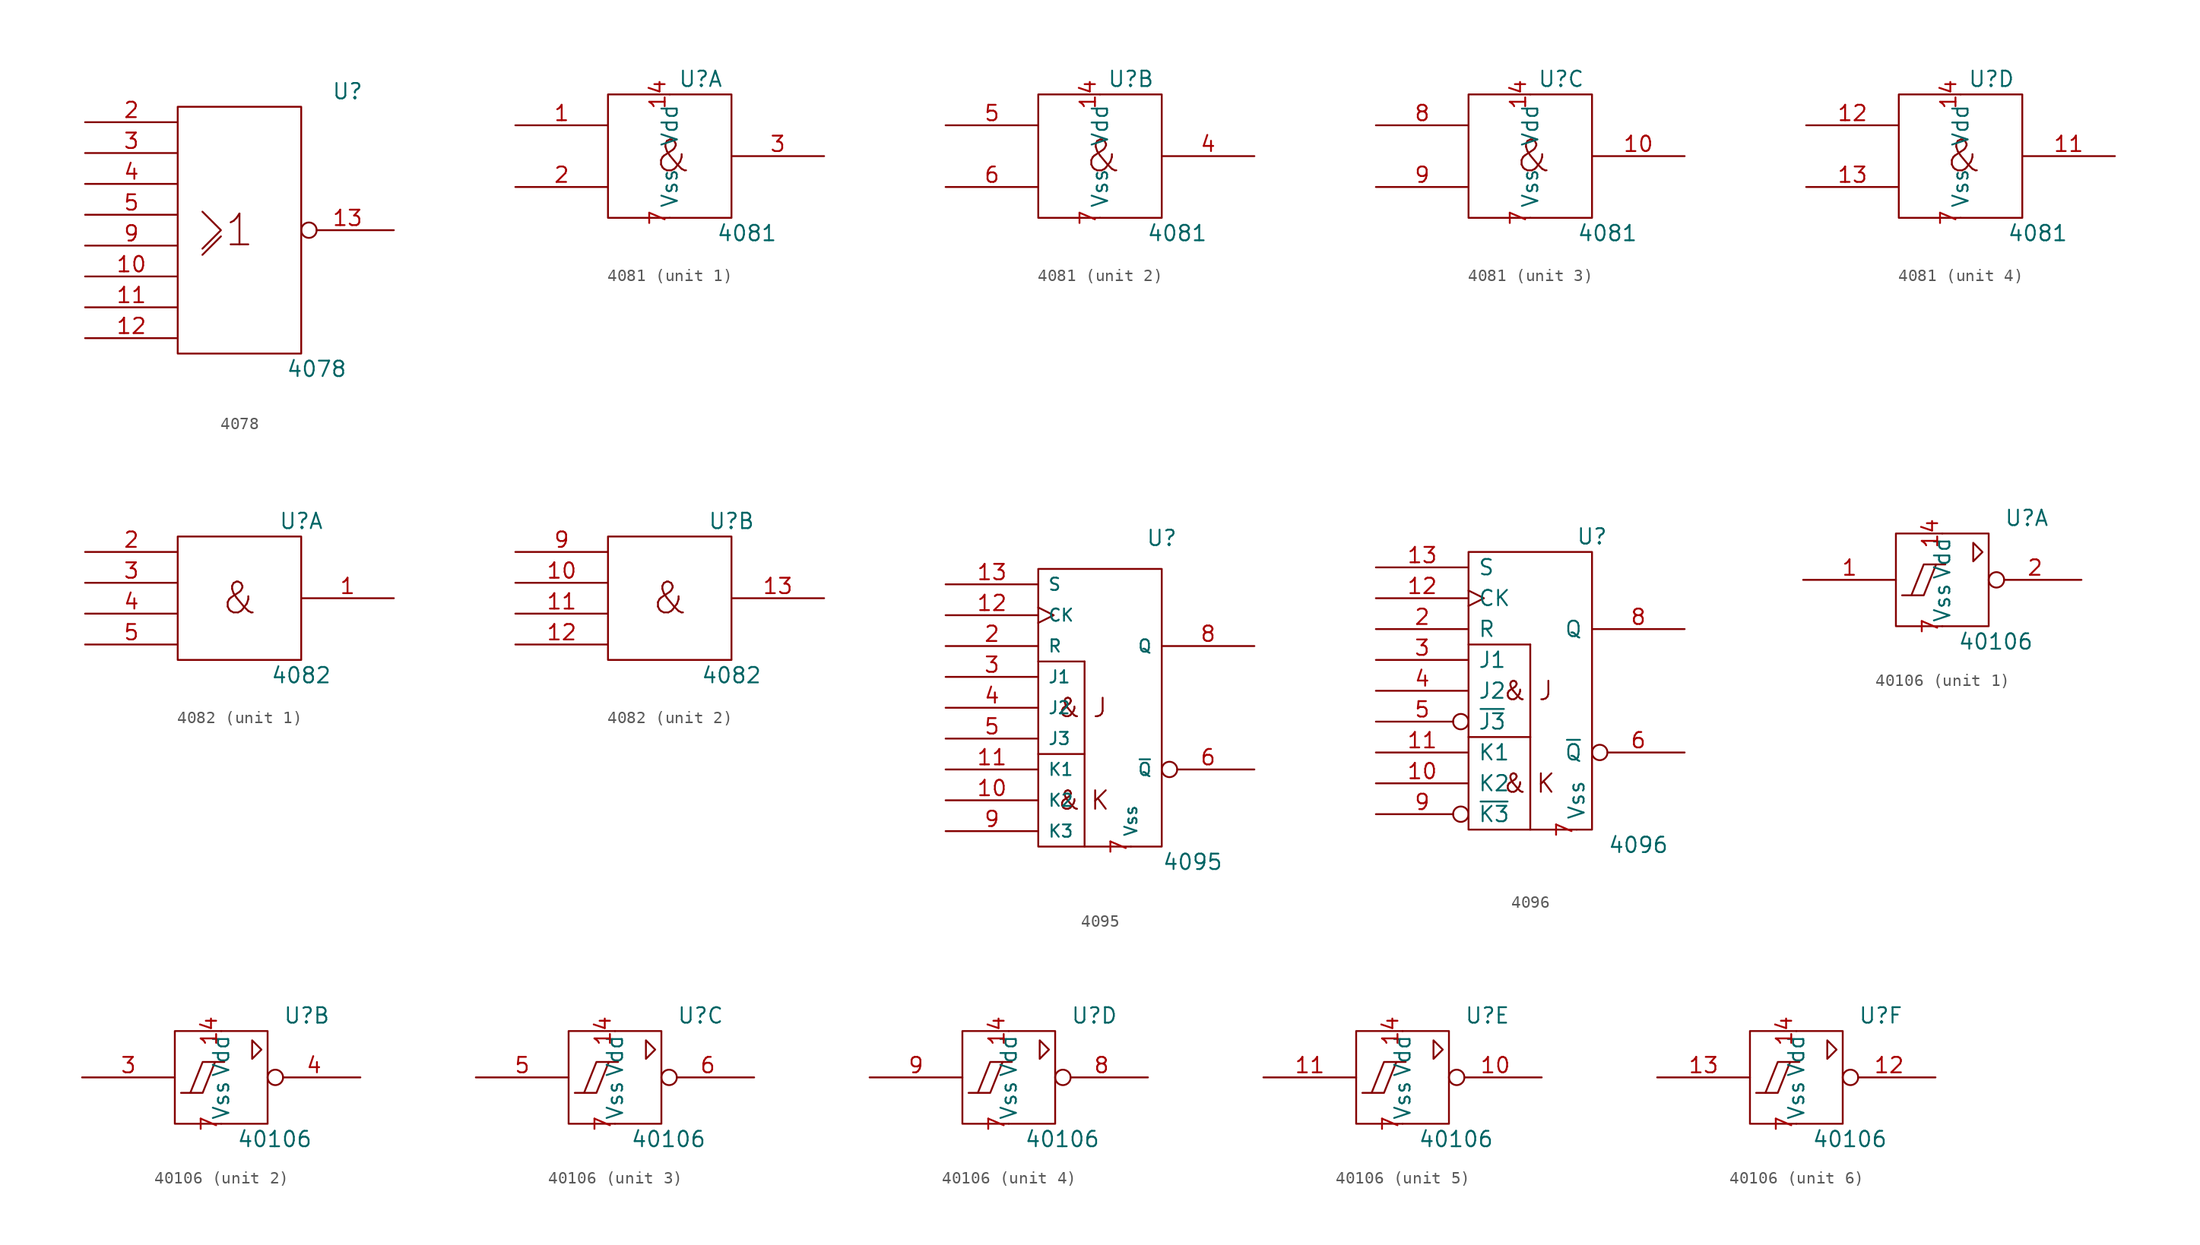
<source format=kicad_sym>
(kicad_symbol_lib
  (version 20201005)
  (generator kicad_symbol_editor)
  (symbol "4078"
    (pin_names
      (offset 0.762))
    (property "Reference" "U"
      (at 8.89 11.43 0)
      (effects (font (size 1.27 1.27))))
    (property "Value" "4078"
      (at 6.35 -11.43 0)
      (effects (font (size 1.27 1.27))))
    (symbol "4078_0_0"
      (text "1" (at 0 0 0) (effects (font (size 2.54 2.54))))
      (rectangle (start -5.08 10.16) (end 5.08 -10.16) (stroke (width 0)) (fill (type none)))
      (polyline (pts (xy -3.048 -2.032) (xy -1.524 -0.508) (xy -1.524 -0.508)) (stroke (width 0)) (fill (type none)))
      (polyline (pts (xy -3.048 1.524) (xy -1.524 0) (xy -3.048 -1.524) (xy -3.048 -1.524)) (stroke (width 0)) (fill (type none)))
      (pin power_in line (at 0 10.16 270) (length 0) hide (name "Vdd" (effects (font (size 1.016 1.016)))) (number "14" (effects (font (size 1.27 1.27)))))
      (pin power_in line (at 0 -10.16 90) (length 0) hide (name "Vss" (effects (font (size 1.016 1.016)))) (number "7" (effects (font (size 1.27 1.27))))))
    (symbol "4078_1_1"
      (pin output line (at -12.7 -3.81 0) (length 7.62) (name "~" (effects (font (size 1.27 1.27)))) (number "10" (effects (font (size 1.27 1.27)))))
      (pin output line (at -12.7 -6.35 0) (length 7.62) (name "~" (effects (font (size 1.27 1.27)))) (number "11" (effects (font (size 1.27 1.27)))))
      (pin power_in line (at -12.7 -8.89 0) (length 7.62) (name "~" (effects (font (size 1.016 1.016)))) (number "12" (effects (font (size 1.27 1.27)))))
      (pin output inverted (at 12.7 0 180) (length 7.62) (name "~" (effects (font (size 1.27 1.27)))) (number "13" (effects (font (size 1.27 1.27)))))
      (pin input line (at -12.7 8.89 0) (length 7.62) (name "~" (effects (font (size 1.27 1.27)))) (number "2" (effects (font (size 1.27 1.27)))))
      (pin input line (at -12.7 6.35 0) (length 7.62) (name "~" (effects (font (size 1.27 1.27)))) (number "3" (effects (font (size 1.27 1.27)))))
      (pin input line (at -12.7 3.81 0) (length 7.62) (name "~" (effects (font (size 1.27 1.27)))) (number "4" (effects (font (size 1.27 1.27)))))
      (pin output line (at -12.7 1.27 0) (length 7.62) (name "~" (effects (font (size 1.27 1.27)))) (number "5" (effects (font (size 1.27 1.27)))))
      (pin output line (at -12.7 -1.27 0) (length 7.62) (name "~" (effects (font (size 1.27 1.27)))) (number "9" (effects (font (size 1.27 1.27)))))))
  (symbol "4081"
    (pin_names
      (offset 0.762))
    (property "Reference" "U"
      (at 2.54 6.35 0)
      (effects (font (size 1.27 1.27))))
    (property "Value" "4081"
      (at 6.35 -6.35 0)
      (effects (font (size 1.27 1.27))))
    (symbol "4081_0_0"
      (text "&" (at 0.254 0 0) (effects (font (size 2.54 2.54))))
      (rectangle (start -5.08 5.08) (end 5.08 -5.08) (stroke (width 0)) (fill (type none)))
      (pin power_in line (at 0 5.08 270) (length 0) (name "Vdd" (effects (font (size 1.27 1.27)))) (number "14" (effects (font (size 1.27 1.27)))))
      (pin power_in line (at 0 -5.08 90) (length 0) (name "Vss" (effects (font (size 1.27 1.27)))) (number "7" (effects (font (size 1.27 1.27))))))
    (symbol "4081_1_1"
      (pin input line (at -12.7 2.54 0) (length 7.62) (name "~" (effects (font (size 1.27 1.27)))) (number "1" (effects (font (size 1.27 1.27)))))
      (pin input line (at -12.7 -2.54 0) (length 7.62) (name "~" (effects (font (size 1.27 1.27)))) (number "2" (effects (font (size 1.27 1.27)))))
      (pin output line (at 12.7 0 180) (length 7.62) (name "~" (effects (font (size 1.27 1.27)))) (number "3" (effects (font (size 1.27 1.27))))))
    (symbol "4081_2_1"
      (pin output line (at 12.7 0 180) (length 7.62) (name "~" (effects (font (size 1.27 1.27)))) (number "4" (effects (font (size 1.27 1.27)))))
      (pin input line (at -12.7 2.54 0) (length 7.62) (name "~" (effects (font (size 1.27 1.27)))) (number "5" (effects (font (size 1.27 1.27)))))
      (pin input line (at -12.7 -2.54 0) (length 7.62) (name "~" (effects (font (size 1.27 1.27)))) (number "6" (effects (font (size 1.27 1.27))))))
    (symbol "4081_3_1"
      (pin output line (at 12.7 0 180) (length 7.62) (name "~" (effects (font (size 1.27 1.27)))) (number "10" (effects (font (size 1.27 1.27)))))
      (pin input line (at -12.7 2.54 0) (length 7.62) (name "~" (effects (font (size 1.27 1.27)))) (number "8" (effects (font (size 1.27 1.27)))))
      (pin input line (at -12.7 -2.54 0) (length 7.62) (name "~" (effects (font (size 1.27 1.27)))) (number "9" (effects (font (size 1.27 1.27))))))
    (symbol "4081_4_1"
      (pin output line (at 12.7 0 180) (length 7.62) (name "~" (effects (font (size 1.27 1.27)))) (number "11" (effects (font (size 1.27 1.27)))))
      (pin input line (at -12.7 2.54 0) (length 7.62) (name "~" (effects (font (size 1.27 1.27)))) (number "12" (effects (font (size 1.27 1.27)))))
      (pin input line (at -12.7 -2.54 0) (length 7.62) (name "~" (effects (font (size 1.27 1.27)))) (number "13" (effects (font (size 1.27 1.27)))))))
  (symbol "4082"
    (pin_names
      (offset 1.016))
    (property "Reference" "U"
      (at 5.08 6.35 0)
      (effects (font (size 1.27 1.27))))
    (property "Value" "4082"
      (at 5.08 -6.35 0)
      (effects (font (size 1.27 1.27))))
    (symbol "4082_0_0"
      (text "&" (at 0 0 0) (effects (font (size 2.54 2.54))))
      (pin power_in line (at 0 5.08 270) (length 0) hide (name "Vdd" (effects (font (size 1.016 1.016)))) (number "14" (effects (font (size 1.27 1.27)))))
      (pin power_in line (at 0 -5.08 90) (length 0) hide (name "Vss" (effects (font (size 1.016 1.016)))) (number "7" (effects (font (size 1.27 1.27))))))
    (symbol "4082_0_1"
      (rectangle (start -5.08 5.08) (end 5.08 -5.08) (stroke (width 0)) (fill (type none))))
    (symbol "4082_1_1"
      (pin output line (at 12.7 0 180) (length 7.62) (name "~" (effects (font (size 1.27 1.27)))) (number "1" (effects (font (size 1.27 1.27)))))
      (pin input line (at -12.7 3.81 0) (length 7.62) (name "~" (effects (font (size 1.27 1.27)))) (number "2" (effects (font (size 1.27 1.27)))))
      (pin input line (at -12.7 1.27 0) (length 7.62) (name "~" (effects (font (size 1.27 1.27)))) (number "3" (effects (font (size 1.27 1.27)))))
      (pin input line (at -12.7 -1.27 0) (length 7.62) (name "~" (effects (font (size 1.27 1.27)))) (number "4" (effects (font (size 1.27 1.27)))))
      (pin input line (at -12.7 -3.81 0) (length 7.62) (name "~" (effects (font (size 1.016 1.016)))) (number "5" (effects (font (size 1.27 1.27))))))
    (symbol "4082_2_1"
      (pin input line (at -12.7 1.27 0) (length 7.62) (name "~" (effects (font (size 1.27 1.27)))) (number "10" (effects (font (size 1.27 1.27)))))
      (pin input line (at -12.7 -1.27 0) (length 7.62) (name "~" (effects (font (size 1.27 1.27)))) (number "11" (effects (font (size 1.27 1.27)))))
      (pin input line (at -12.7 -3.81 0) (length 7.62) (name "~" (effects (font (size 1.016 1.016)))) (number "12" (effects (font (size 1.27 1.27)))))
      (pin output line (at 12.7 0 180) (length 7.62) (name "~" (effects (font (size 1.27 1.27)))) (number "13" (effects (font (size 1.27 1.27)))))
      (pin input line (at -12.7 3.81 0) (length 7.62) (name "~" (effects (font (size 1.27 1.27)))) (number "9" (effects (font (size 1.27 1.27)))))))
  (symbol "4095"
    (pin_names
      (offset 0.762))
    (property "Reference" "U"
      (at 5.08 13.97 0)
      (effects (font (size 1.27 1.27))))
    (property "Value" "4095"
      (at 7.62 -12.7 0)
      (effects (font (size 1.27 1.27))))
    (symbol "4095_0_0"
      (text "&" (at -2.54 -7.62 0) (effects (font (size 1.524 1.524))))
      (text "&" (at -2.54 0 0) (effects (font (size 1.524 1.524))))
      (text "J" (at 0 0 0) (effects (font (size 1.524 1.524))))
      (text "K" (at 0 -7.62 0) (effects (font (size 1.524 1.524)))))
    (symbol "4095_0_1"
      (rectangle (start -5.08 -3.81) (end -1.27 -3.81) (stroke (width 0)) (fill (type none)))
      (rectangle (start -5.08 3.81) (end -1.27 3.81) (stroke (width 0)) (fill (type none)))
      (rectangle (start -5.08 11.43) (end 5.08 -11.43) (stroke (width 0)) (fill (type none)))
      (rectangle (start -1.27 -3.81) (end -1.27 -11.43) (stroke (width 0)) (fill (type none)))
      (rectangle (start -1.27 -3.81) (end -1.27 3.81) (stroke (width 0)) (fill (type none))))
    (symbol "4095_1_1"
      (pin input line (at -12.7 -7.62 0) (length 7.62) (name "K2" (effects (font (size 1.016 1.016)))) (number "10" (effects (font (size 1.27 1.27)))))
      (pin input line (at -12.7 -5.08 0) (length 7.62) (name "K1" (effects (font (size 1.016 1.016)))) (number "11" (effects (font (size 1.27 1.27)))))
      (pin input clock (at -12.7 7.62 0) (length 7.62) (name "CK" (effects (font (size 1.016 1.016)))) (number "12" (effects (font (size 1.27 1.27)))))
      (pin input line (at -12.7 10.16 0) (length 7.62) (name "S" (effects (font (size 1.016 1.016)))) (number "13" (effects (font (size 1.27 1.27)))))
      (pin power_in line (at 2.54 11.43 270) (length 0) hide (name "Vdd" (effects (font (size 1.016 1.016)))) (number "14" (effects (font (size 1.27 1.27)))))
      (pin input line (at -12.7 5.08 0) (length 7.62) (name "R" (effects (font (size 1.016 1.016)))) (number "2" (effects (font (size 1.27 1.27)))))
      (pin input line (at -12.7 2.54 0) (length 7.62) (name "J1" (effects (font (size 1.016 1.016)))) (number "3" (effects (font (size 1.27 1.27)))))
      (pin input line (at -12.7 0 0) (length 7.62) (name "J2" (effects (font (size 1.016 1.016)))) (number "4" (effects (font (size 1.27 1.27)))))
      (pin input line (at -12.7 -2.54 0) (length 7.62) (name "J3" (effects (font (size 1.016 1.016)))) (number "5" (effects (font (size 1.27 1.27)))))
      (pin output inverted (at 12.7 -5.08 180) (length 7.62) (name "~Q" (effects (font (size 1.016 1.016)))) (number "6" (effects (font (size 1.27 1.27)))))
      (pin power_in line (at 2.54 -11.43 90) (length 0) (name "Vss" (effects (font (size 1.016 1.016)))) (number "7" (effects (font (size 1.27 1.27)))))
      (pin output line (at 12.7 5.08 180) (length 7.62) (name "Q" (effects (font (size 1.016 1.016)))) (number "8" (effects (font (size 1.27 1.27)))))
      (pin input line (at -12.7 -10.16 0) (length 7.62) (name "K3" (effects (font (size 1.016 1.016)))) (number "9" (effects (font (size 1.27 1.27)))))))
  (symbol "4096"
    (pin_names
      (offset 0.762))
    (property "Reference" "U"
      (at 5.08 12.7 0)
      (effects (font (size 1.27 1.27))))
    (property "Value" "4096"
      (at 8.89 -12.7 0)
      (effects (font (size 1.27 1.27))))
    (symbol "4096_0_0"
      (text "&" (at -1.27 -7.62 0) (effects (font (size 1.524 1.524))))
      (text "&" (at -1.27 0 0) (effects (font (size 1.524 1.524))))
      (text "J" (at 1.27 0 0) (effects (font (size 1.524 1.524))))
      (text "K" (at 1.27 -7.62 0) (effects (font (size 1.524 1.524)))))
    (symbol "4096_0_1"
      (rectangle (start -5.08 3.81) (end 0 3.81) (stroke (width 0)) (fill (type none)))
      (rectangle (start -5.08 11.43) (end 5.08 -11.43) (stroke (width 0)) (fill (type none)))
      (rectangle (start 0 -3.81) (end -5.08 -3.81) (stroke (width 0)) (fill (type none)))
      (rectangle (start 0 -3.81) (end 0 -11.43) (stroke (width 0)) (fill (type none)))
      (rectangle (start 0 3.81) (end 0 -3.81) (stroke (width 0)) (fill (type none))))
    (symbol "4096_1_1"
      (pin input line (at -12.7 -7.62 0) (length 7.62) (name "K2" (effects (font (size 1.27 1.27)))) (number "10" (effects (font (size 1.27 1.27)))))
      (pin input line (at -12.7 -5.08 0) (length 7.62) (name "K1" (effects (font (size 1.27 1.27)))) (number "11" (effects (font (size 1.27 1.27)))))
      (pin input clock (at -12.7 7.62 0) (length 7.62) (name "CK" (effects (font (size 1.27 1.27)))) (number "12" (effects (font (size 1.27 1.27)))))
      (pin input line (at -12.7 10.16 0) (length 7.62) (name "S" (effects (font (size 1.27 1.27)))) (number "13" (effects (font (size 1.27 1.27)))))
      (pin power_in line (at 1.27 11.43 270) (length 0) hide (name "Vdd" (effects (font (size 1.27 1.27)))) (number "14" (effects (font (size 1.27 1.27)))))
      (pin input line (at -12.7 5.08 0) (length 7.62) (name "R" (effects (font (size 1.27 1.27)))) (number "2" (effects (font (size 1.27 1.27)))))
      (pin input line (at -12.7 2.54 0) (length 7.62) (name "J1" (effects (font (size 1.27 1.27)))) (number "3" (effects (font (size 1.27 1.27)))))
      (pin input line (at -12.7 0 0) (length 7.62) (name "J2" (effects (font (size 1.27 1.27)))) (number "4" (effects (font (size 1.27 1.27)))))
      (pin input inverted (at -12.7 -2.54 0) (length 7.62) (name "~J3" (effects (font (size 1.27 1.27)))) (number "5" (effects (font (size 1.27 1.27)))))
      (pin output inverted (at 12.7 -5.08 180) (length 7.62) (name "~Q" (effects (font (size 1.27 1.27)))) (number "6" (effects (font (size 1.27 1.27)))))
      (pin power_in line (at 3.81 -11.43 90) (length 0) (name "Vss" (effects (font (size 1.27 1.27)))) (number "7" (effects (font (size 1.27 1.27)))))
      (pin output line (at 12.7 5.08 180) (length 7.62) (name "Q" (effects (font (size 1.27 1.27)))) (number "8" (effects (font (size 1.27 1.27)))))
      (pin input inverted (at -12.7 -10.16 0) (length 7.62) (name "~K3" (effects (font (size 1.27 1.27)))) (number "9" (effects (font (size 1.27 1.27)))))))
  (symbol "40106"
    (pin_names
      (offset 0.254))
    (property "Reference" "U"
      (at 5.08 5.08 0)
      (effects (font (size 1.27 1.27)) (justify left)))
    (property "Value" "40106"
      (at 1.27 -5.08 0)
      (effects (font (size 1.27 1.27)) (justify left)))
    (symbol "40106_0_0"
      (rectangle (start -3.81 3.81) (end 3.81 -3.81) (stroke (width 0)) (fill (type none)))
      (polyline (pts (xy -0.508 1.27) (xy -1.524 -1.27) (xy -2.54 -1.27) (xy -2.54 -1.27)) (stroke (width 0)) (fill (type none)))
      (polyline (pts (xy 0.254 1.27) (xy -1.524 1.27) (xy -2.54 -1.27) (xy -3.302 -1.27) (xy -3.302 -1.27)) (stroke (width 0)) (fill (type none)))
      (polyline (pts (xy 2.54 3.048) (xy 2.54 1.524) (xy 3.302 2.286) (xy 2.54 3.048) (xy 2.54 3.048)) (stroke (width 0)) (fill (type none))))
    (symbol "40106_0_1"
      (pin power_in line (at 0 3.81 270) (length 0) (name "Vdd" (effects (font (size 1.27 1.27)))) (number "14" (effects (font (size 1.27 1.27)))))
      (pin power_in line (at 0 -3.81 90) (length 0) (name "Vss" (effects (font (size 1.27 1.27)))) (number "7" (effects (font (size 1.27 1.27))))))
    (symbol "40106_1_1"
      (pin input line (at -11.43 0 0) (length 7.62) (name "~" (effects (font (size 1.27 1.27)))) (number "1" (effects (font (size 1.27 1.27)))))
      (pin output inverted (at 11.43 0 180) (length 7.62) (name "~" (effects (font (size 1.27 1.27)))) (number "2" (effects (font (size 1.27 1.27))))))
    (symbol "40106_2_1"
      (pin input line (at -11.43 0 0) (length 7.62) (name "~" (effects (font (size 1.27 1.27)))) (number "3" (effects (font (size 1.27 1.27)))))
      (pin output inverted (at 11.43 0 180) (length 7.62) (name "~" (effects (font (size 1.27 1.27)))) (number "4" (effects (font (size 1.27 1.27))))))
    (symbol "40106_3_1"
      (pin input line (at -11.43 0 0) (length 7.62) (name "~" (effects (font (size 1.27 1.27)))) (number "5" (effects (font (size 1.27 1.27)))))
      (pin output inverted (at 11.43 0 180) (length 7.62) (name "~" (effects (font (size 1.27 1.27)))) (number "6" (effects (font (size 1.27 1.27))))))
    (symbol "40106_4_1"
      (pin output inverted (at 11.43 0 180) (length 7.62) (name "~" (effects (font (size 1.27 1.27)))) (number "8" (effects (font (size 1.27 1.27)))))
      (pin input line (at -11.43 0 0) (length 7.62) (name "~" (effects (font (size 1.27 1.27)))) (number "9" (effects (font (size 1.27 1.27))))))
    (symbol "40106_5_1"
      (pin output inverted (at 11.43 0 180) (length 7.62) (name "~" (effects (font (size 1.27 1.27)))) (number "10" (effects (font (size 1.27 1.27)))))
      (pin input line (at -11.43 0 0) (length 7.62) (name "~" (effects (font (size 1.27 1.27)))) (number "11" (effects (font (size 1.27 1.27))))))
    (symbol "40106_6_1"
      (pin output inverted (at 11.43 0 180) (length 7.62) (name "~" (effects (font (size 1.27 1.27)))) (number "12" (effects (font (size 1.27 1.27)))))
      (pin input line (at -11.43 0 0) (length 7.62) (name "~" (effects (font (size 1.27 1.27)))) (number "13" (effects (font (size 1.27 1.27))))))))
</source>
